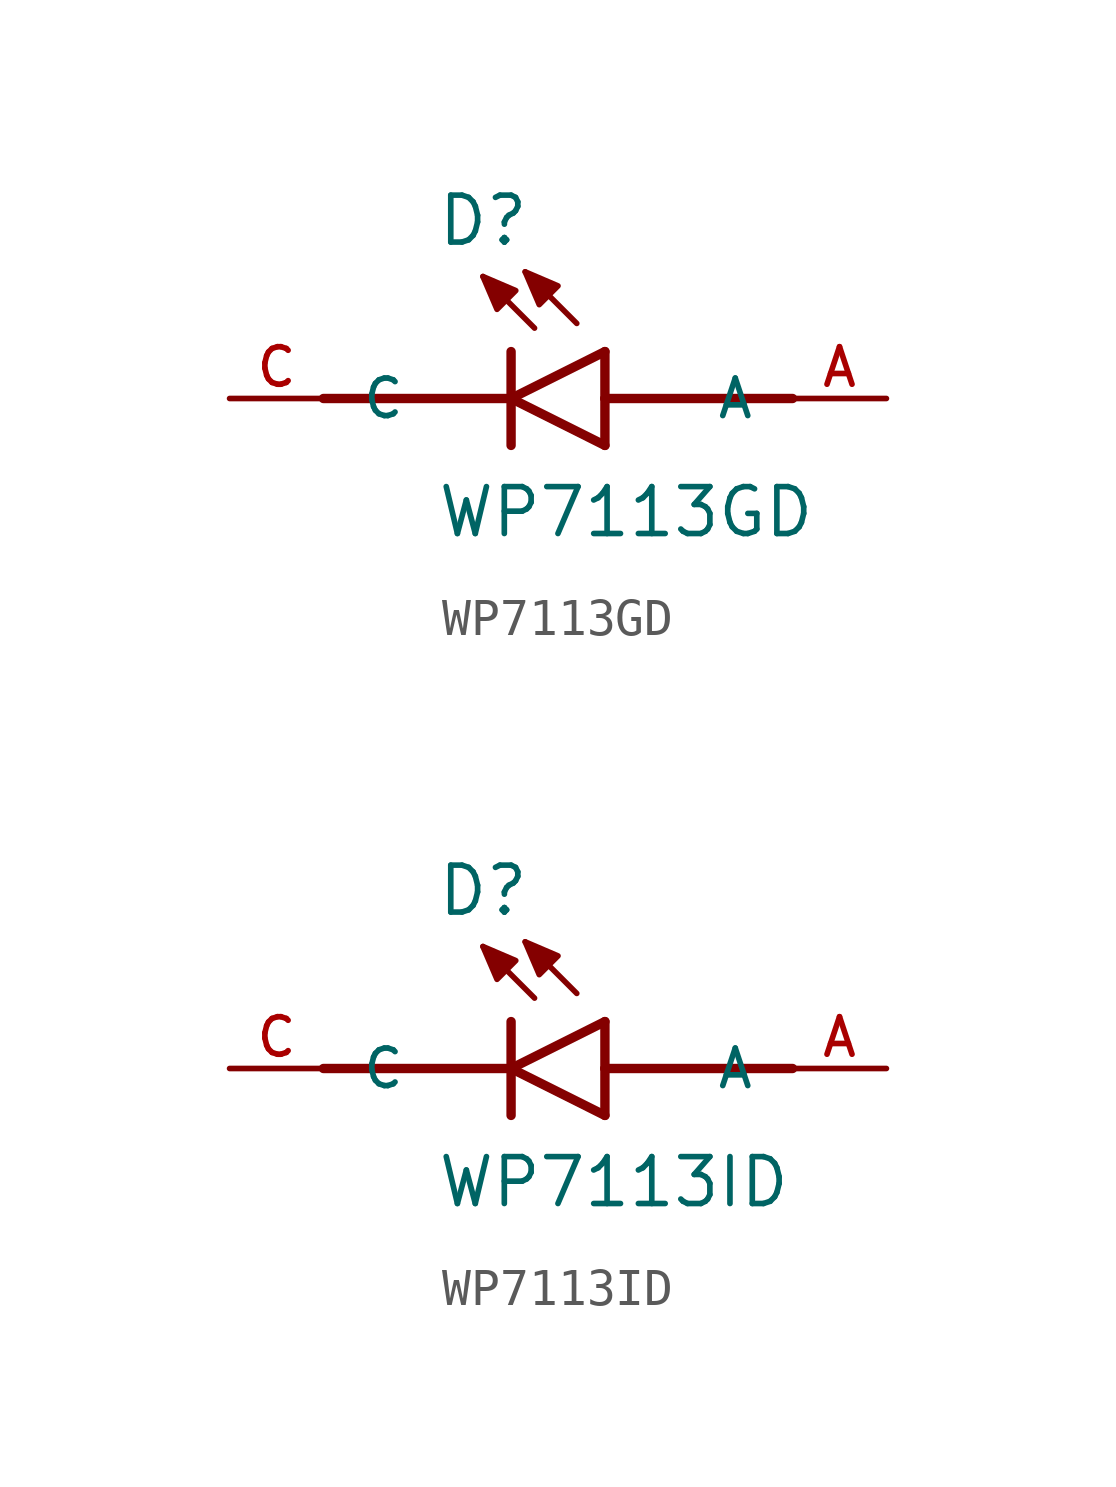
<source format=kicad_sym>
(kicad_symbol_lib
  (version 20241209)
  (generator "kicad_symbol_editor")
  (generator_version "9.0")
  (symbol "WP7113GD"
    (pin_names
      (offset 1.016))
    (property "Reference" "D"
      (at -2.035 4.071 0)
      (effects (font (size 1.27 1.27)) (justify left bottom)))
    (property "Value" "WP7113GD"
      (at -2.037 -3.818 0)
      (effects (font (size 1.27 1.27)) (justify left bottom)))
    (symbol "WP7113GD_0_0"
      (polyline (pts (xy -5.08 0) (xy 0 0)) (stroke (width 0.254) (type default)) (fill (type none)))
      (polyline (pts (xy -0.762 3.302) (xy 0.127 2.921) (xy -0.381 2.413) (xy -0.762 3.302)) (stroke (width 0.152) (type default)) (fill (type outline)))
      (polyline (pts (xy 0 0) (xy 0 1.27)) (stroke (width 0.254) (type default)) (fill (type none)))
      (polyline (pts (xy 0 0) (xy 2.54 1.27)) (stroke (width 0.254) (type default)) (fill (type none)))
      (polyline (pts (xy 0 -1.27) (xy 0 0)) (stroke (width 0.254) (type default)) (fill (type none)))
      (polyline (pts (xy 0.381 3.429) (xy 1.27 3.048) (xy 0.762 2.54) (xy 0.381 3.429)) (stroke (width 0.152) (type default)) (fill (type outline)))
      (polyline (pts (xy 0.635 1.905) (xy -0.762 3.302)) (stroke (width 0.152) (type default)) (fill (type none)))
      (polyline (pts (xy 1.778 2.032) (xy 0.381 3.429)) (stroke (width 0.152) (type default)) (fill (type none)))
      (polyline (pts (xy 2.54 0) (xy 2.54 1.27)) (stroke (width 0.254) (type default)) (fill (type none)))
      (polyline (pts (xy 2.54 0) (xy 7.62 0)) (stroke (width 0.254) (type default)) (fill (type none)))
      (polyline (pts (xy 2.54 -1.27) (xy 0 0)) (stroke (width 0.254) (type default)) (fill (type none)))
      (polyline (pts (xy 2.54 -1.27) (xy 2.54 0)) (stroke (width 0.254) (type default)) (fill (type none)))
      (pin passive line (at -7.62 0 0) (length 2.54) (name "C" (effects (font (size 1.016 1.016)))) (number "C" (effects (font (size 1.016 1.016)))))
      (pin passive line (at 10.16 0 180) (length 2.54) (name "A" (effects (font (size 1.016 1.016)))) (number "A" (effects (font (size 1.016 1.016)))))))
  (symbol "WP7113ID"
    (pin_names
      (offset 1.016))
    (property "Reference" "D"
      (at -2.035 4.071 0)
      (effects (font (size 1.27 1.27)) (justify left bottom)))
    (property "Value" "WP7113ID"
      (at -2.037 -3.818 0)
      (effects (font (size 1.27 1.27)) (justify left bottom)))
    (symbol "WP7113ID_0_0"
      (polyline (pts (xy -5.08 0) (xy 0 0)) (stroke (width 0.254) (type default)) (fill (type none)))
      (polyline (pts (xy -0.762 3.302) (xy 0.127 2.921) (xy -0.381 2.413) (xy -0.762 3.302)) (stroke (width 0.152) (type default)) (fill (type outline)))
      (polyline (pts (xy 0 0) (xy 0 1.27)) (stroke (width 0.254) (type default)) (fill (type none)))
      (polyline (pts (xy 0 0) (xy 2.54 1.27)) (stroke (width 0.254) (type default)) (fill (type none)))
      (polyline (pts (xy 0 -1.27) (xy 0 0)) (stroke (width 0.254) (type default)) (fill (type none)))
      (polyline (pts (xy 0.381 3.429) (xy 1.27 3.048) (xy 0.762 2.54) (xy 0.381 3.429)) (stroke (width 0.152) (type default)) (fill (type outline)))
      (polyline (pts (xy 0.635 1.905) (xy -0.762 3.302)) (stroke (width 0.152) (type default)) (fill (type none)))
      (polyline (pts (xy 1.778 2.032) (xy 0.381 3.429)) (stroke (width 0.152) (type default)) (fill (type none)))
      (polyline (pts (xy 2.54 0) (xy 2.54 1.27)) (stroke (width 0.254) (type default)) (fill (type none)))
      (polyline (pts (xy 2.54 0) (xy 7.62 0)) (stroke (width 0.254) (type default)) (fill (type none)))
      (polyline (pts (xy 2.54 -1.27) (xy 0 0)) (stroke (width 0.254) (type default)) (fill (type none)))
      (polyline (pts (xy 2.54 -1.27) (xy 2.54 0)) (stroke (width 0.254) (type default)) (fill (type none)))
      (pin passive line (at -7.62 0 0) (length 2.54) (name "C" (effects (font (size 1.016 1.016)))) (number "C" (effects (font (size 1.016 1.016)))))
      (pin passive line (at 10.16 0 180) (length 2.54) (name "A" (effects (font (size 1.016 1.016)))) (number "A" (effects (font (size 1.016 1.016))))))))
</source>
